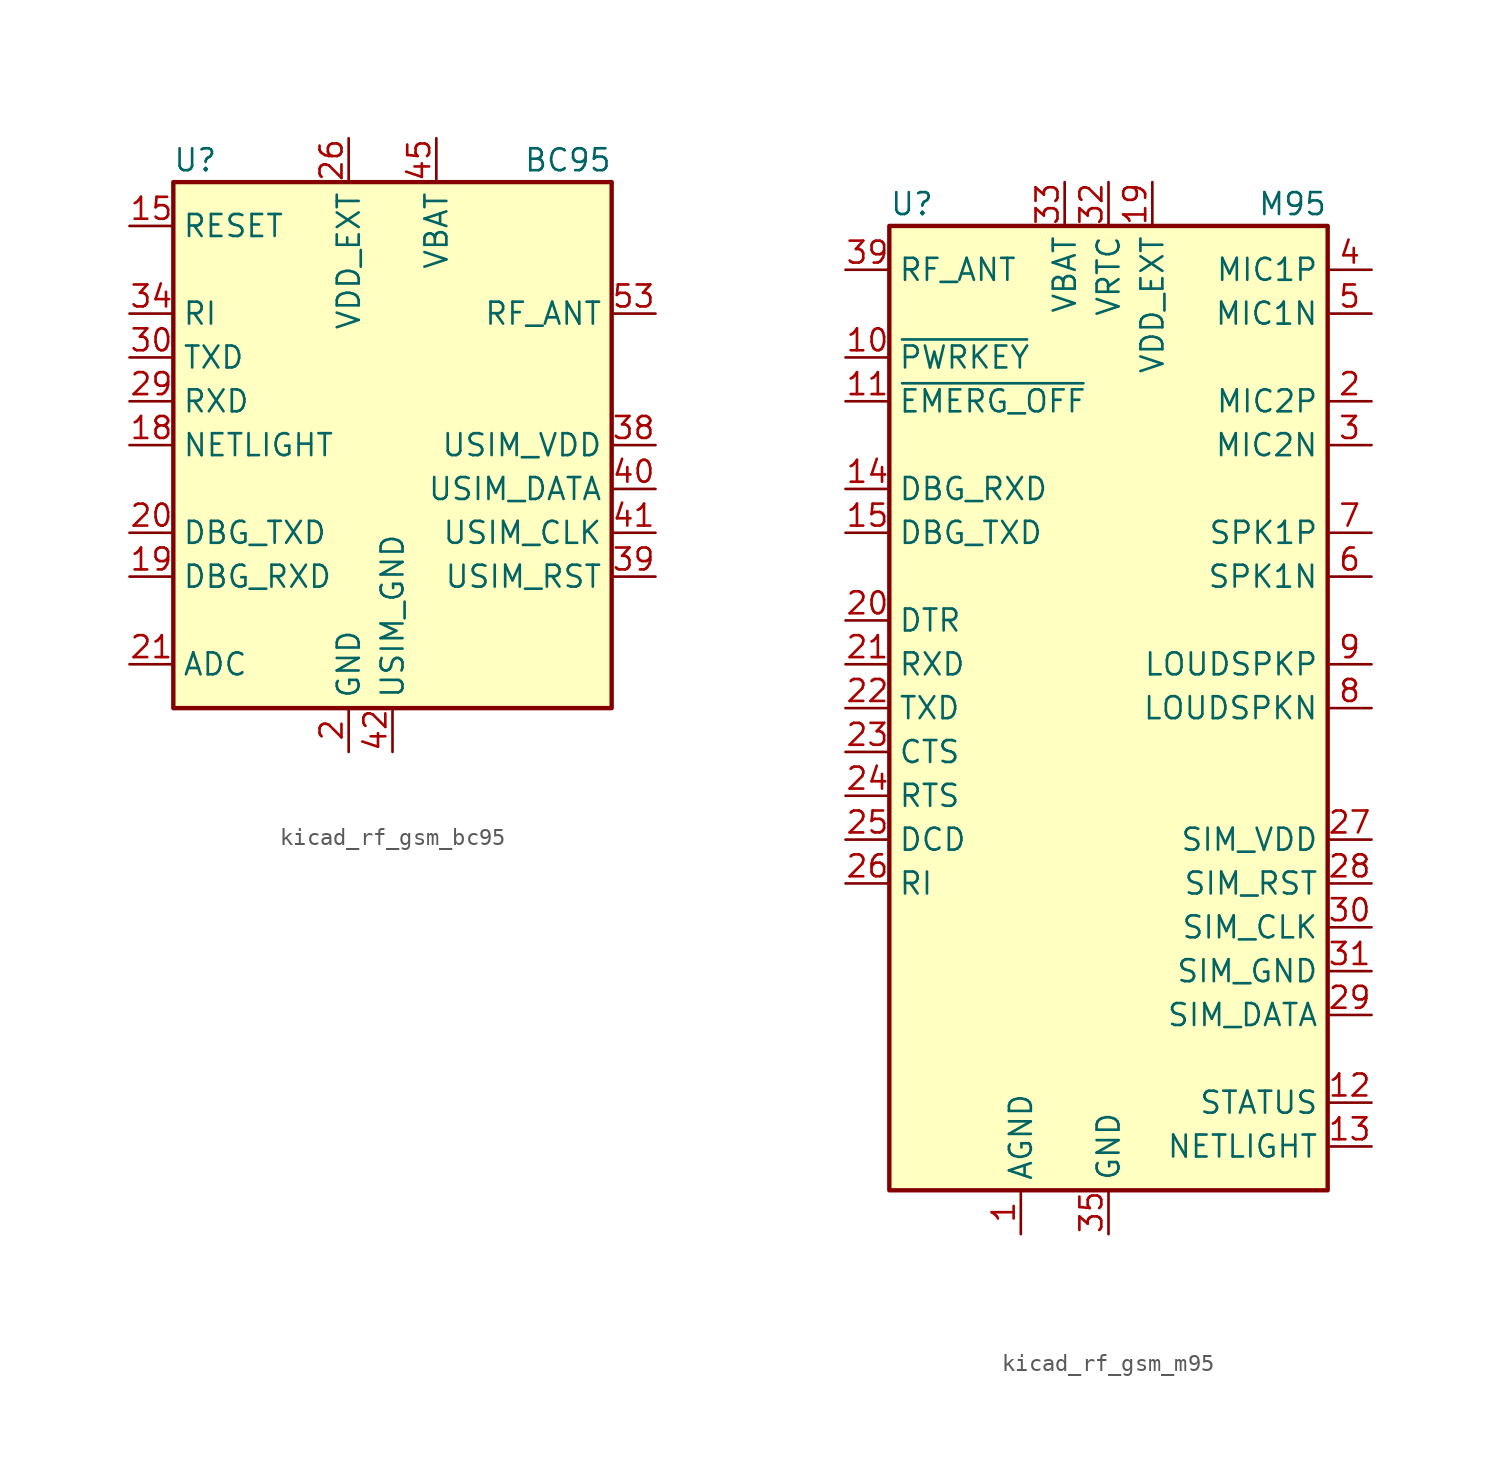
<source format=kicad_sym>
(kicad_symbol_lib
  (version 20220914)
  (generator kicad_symbol_editor)
  (symbol "kicad_rf_gsm_bc95"
    (property "Reference" "U"
      (at -11.43 16.51 0)
      (effects (font (size 1.27 1.27))))
    (property "Value" "BC95"
      (at 10.16 16.51 0)
      (effects (font (size 1.27 1.27))))
    (symbol "kicad_rf_gsm_bc95_0_1"
      (rectangle (start -12.7 15.24) (end 12.7 -15.24) (stroke (width 0.254) (type default)) (fill (type background))))
    (symbol "kicad_rf_gsm_bc95_1_1"
      (pin input line (at -15.24 12.7 0) (length 2.54) (name "RESET" (effects (font (size 1.27 1.27)))) (number "15" (effects (font (size 1.27 1.27)))))
      (pin output line (at -15.24 0 0) (length 2.54) (name "NETLIGHT" (effects (font (size 1.27 1.27)))) (number "18" (effects (font (size 1.27 1.27)))))
      (pin input line (at -15.24 -7.62 0) (length 2.54) (name "DBG_RXD" (effects (font (size 1.27 1.27)))) (number "19" (effects (font (size 1.27 1.27)))))
      (pin power_in line (at -2.54 -17.78 90) (length 2.54) (name "GND" (effects (font (size 1.27 1.27)))) (number "2" (effects (font (size 1.27 1.27)))))
      (pin output line (at -15.24 -5.08 0) (length 2.54) (name "DBG_TXD" (effects (font (size 1.27 1.27)))) (number "20" (effects (font (size 1.27 1.27)))))
      (pin input line (at -15.24 -12.7 0) (length 2.54) (name "ADC" (effects (font (size 1.27 1.27)))) (number "21" (effects (font (size 1.27 1.27)))))
      (pin power_out line (at -2.54 17.78 270) (length 2.54) (name "VDD_EXT" (effects (font (size 1.27 1.27)))) (number "26" (effects (font (size 1.27 1.27)))))
      (pin input line (at -15.24 2.54 0) (length 2.54) (name "RXD" (effects (font (size 1.27 1.27)))) (number "29" (effects (font (size 1.27 1.27)))))
      (pin output line (at -15.24 5.08 0) (length 2.54) (name "TXD" (effects (font (size 1.27 1.27)))) (number "30" (effects (font (size 1.27 1.27)))))
      (pin output line (at -15.24 7.62 0) (length 2.54) (name "RI" (effects (font (size 1.27 1.27)))) (number "34" (effects (font (size 1.27 1.27)))))
      (pin power_out line (at 15.24 0 180) (length 2.54) (name "USIM_VDD" (effects (font (size 1.27 1.27)))) (number "38" (effects (font (size 1.27 1.27)))))
      (pin output line (at 15.24 -7.62 180) (length 2.54) (name "USIM_RST" (effects (font (size 1.27 1.27)))) (number "39" (effects (font (size 1.27 1.27)))))
      (pin bidirectional line (at 15.24 -2.54 180) (length 2.54) (name "USIM_DATA" (effects (font (size 1.27 1.27)))) (number "40" (effects (font (size 1.27 1.27)))))
      (pin output line (at 15.24 -5.08 180) (length 2.54) (name "USIM_CLK" (effects (font (size 1.27 1.27)))) (number "41" (effects (font (size 1.27 1.27)))))
      (pin power_in line (at 0 -17.78 90) (length 2.54) (name "USIM_GND" (effects (font (size 1.27 1.27)))) (number "42" (effects (font (size 1.27 1.27)))))
      (pin passive line (at -2.54 -17.78 90) (length 2.54) hide (name "GND" (effects (font (size 1.27 1.27)))) (number "43" (effects (font (size 1.27 1.27)))))
      (pin power_in line (at 2.54 17.78 270) (length 2.54) (name "VBAT" (effects (font (size 1.27 1.27)))) (number "45" (effects (font (size 1.27 1.27)))))
      (pin passive line (at 2.54 17.78 270) (length 2.54) hide (name "VBAT" (effects (font (size 1.27 1.27)))) (number "46" (effects (font (size 1.27 1.27)))))
      (pin passive line (at -2.54 -17.78 90) (length 2.54) hide (name "GND" (effects (font (size 1.27 1.27)))) (number "47" (effects (font (size 1.27 1.27)))))
      (pin passive line (at -2.54 -17.78 90) (length 2.54) hide (name "GND" (effects (font (size 1.27 1.27)))) (number "48" (effects (font (size 1.27 1.27)))))
      (pin passive line (at -2.54 -17.78 90) (length 2.54) hide (name "GND" (effects (font (size 1.27 1.27)))) (number "51" (effects (font (size 1.27 1.27)))))
      (pin passive line (at -2.54 -17.78 90) (length 2.54) hide (name "GND" (effects (font (size 1.27 1.27)))) (number "52" (effects (font (size 1.27 1.27)))))
      (pin passive line (at 15.24 7.62 180) (length 2.54) (name "RF_ANT" (effects (font (size 1.27 1.27)))) (number "53" (effects (font (size 1.27 1.27)))))
      (pin passive line (at -2.54 -17.78 90) (length 2.54) hide (name "GND" (effects (font (size 1.27 1.27)))) (number "54" (effects (font (size 1.27 1.27)))))
      (pin passive line (at -2.54 -17.78 90) (length 2.54) hide (name "GND" (effects (font (size 1.27 1.27)))) (number "59" (effects (font (size 1.27 1.27)))))
      (pin passive line (at -2.54 -17.78 90) (length 2.54) hide (name "GND" (effects (font (size 1.27 1.27)))) (number "60" (effects (font (size 1.27 1.27)))))
      (pin passive line (at -2.54 -17.78 90) (length 2.54) hide (name "GND" (effects (font (size 1.27 1.27)))) (number "61" (effects (font (size 1.27 1.27)))))
      (pin passive line (at -2.54 -17.78 90) (length 2.54) hide (name "GND" (effects (font (size 1.27 1.27)))) (number "62" (effects (font (size 1.27 1.27)))))
      (pin passive line (at -2.54 -17.78 90) (length 2.54) hide (name "GND" (effects (font (size 1.27 1.27)))) (number "63" (effects (font (size 1.27 1.27)))))
      (pin passive line (at -2.54 -17.78 90) (length 2.54) hide (name "GND" (effects (font (size 1.27 1.27)))) (number "64" (effects (font (size 1.27 1.27)))))
      (pin passive line (at -2.54 -17.78 90) (length 2.54) hide (name "GND" (effects (font (size 1.27 1.27)))) (number "65" (effects (font (size 1.27 1.27)))))
      (pin passive line (at -2.54 -17.78 90) (length 2.54) hide (name "GND" (effects (font (size 1.27 1.27)))) (number "66" (effects (font (size 1.27 1.27)))))
      (pin passive line (at -2.54 -17.78 90) (length 2.54) hide (name "GND" (effects (font (size 1.27 1.27)))) (number "71" (effects (font (size 1.27 1.27)))))
      (pin passive line (at -2.54 -17.78 90) (length 2.54) hide (name "GND" (effects (font (size 1.27 1.27)))) (number "72" (effects (font (size 1.27 1.27)))))
      (pin passive line (at -2.54 -17.78 90) (length 2.54) hide (name "GND" (effects (font (size 1.27 1.27)))) (number "73" (effects (font (size 1.27 1.27)))))
      (pin passive line (at -2.54 -17.78 90) (length 2.54) hide (name "GND" (effects (font (size 1.27 1.27)))) (number "74" (effects (font (size 1.27 1.27)))))
      (pin passive line (at -2.54 -17.78 90) (length 2.54) hide (name "GND" (effects (font (size 1.27 1.27)))) (number "81" (effects (font (size 1.27 1.27)))))
      (pin passive line (at -2.54 -17.78 90) (length 2.54) hide (name "GND" (effects (font (size 1.27 1.27)))) (number "82" (effects (font (size 1.27 1.27)))))
      (pin passive line (at -2.54 -17.78 90) (length 2.54) hide (name "GND" (effects (font (size 1.27 1.27)))) (number "83" (effects (font (size 1.27 1.27)))))
      (pin passive line (at -2.54 -17.78 90) (length 2.54) hide (name "GND" (effects (font (size 1.27 1.27)))) (number "92" (effects (font (size 1.27 1.27)))))
      (pin passive line (at -2.54 -17.78 90) (length 2.54) hide (name "GND" (effects (font (size 1.27 1.27)))) (number "93" (effects (font (size 1.27 1.27)))))
      (pin passive line (at -2.54 -17.78 90) (length 2.54) hide (name "GND" (effects (font (size 1.27 1.27)))) (number "94" (effects (font (size 1.27 1.27)))))))
  (symbol "kicad_rf_gsm_m95"
    (property "Reference" "U"
      (at -12.7 29.21 0)
      (effects (font (size 1.27 1.27)) (justify left)))
    (property "Value" "M95"
      (at 12.7 29.21 0)
      (effects (font (size 1.27 1.27)) (justify right)))
    (symbol "kicad_rf_gsm_m95_0_1"
      (rectangle (start -12.7 27.94) (end 12.7 -27.94) (stroke (width 0.254) (type default)) (fill (type background))))
    (symbol "kicad_rf_gsm_m95_1_1"
      (pin power_in line (at -5.08 -30.48 90) (length 2.54) (name "AGND" (effects (font (size 1.27 1.27)))) (number "1" (effects (font (size 1.27 1.27)))))
      (pin input line (at -15.24 20.32 0) (length 2.54) (name "~{PWRKEY}" (effects (font (size 1.27 1.27)))) (number "10" (effects (font (size 1.27 1.27)))))
      (pin input line (at -15.24 17.78 0) (length 2.54) (name "~{EMERG_OFF}" (effects (font (size 1.27 1.27)))) (number "11" (effects (font (size 1.27 1.27)))))
      (pin output line (at 15.24 -22.86 180) (length 2.54) (name "STATUS" (effects (font (size 1.27 1.27)))) (number "12" (effects (font (size 1.27 1.27)))))
      (pin output line (at 15.24 -25.4 180) (length 2.54) (name "NETLIGHT" (effects (font (size 1.27 1.27)))) (number "13" (effects (font (size 1.27 1.27)))))
      (pin input line (at -15.24 12.7 0) (length 2.54) (name "DBG_RXD" (effects (font (size 1.27 1.27)))) (number "14" (effects (font (size 1.27 1.27)))))
      (pin output line (at -15.24 10.16 0) (length 2.54) (name "DBG_TXD" (effects (font (size 1.27 1.27)))) (number "15" (effects (font (size 1.27 1.27)))))
      (pin no_connect line (at -12.7 -12.7 0) (length 2.54) hide (name "RESERVED" (effects (font (size 1.27 1.27)))) (number "16" (effects (font (size 1.27 1.27)))))
      (pin no_connect line (at -12.7 -15.24 0) (length 2.54) hide (name "RESERVED" (effects (font (size 1.27 1.27)))) (number "17" (effects (font (size 1.27 1.27)))))
      (pin no_connect line (at -12.7 -17.78 0) (length 2.54) hide (name "RESERVED" (effects (font (size 1.27 1.27)))) (number "18" (effects (font (size 1.27 1.27)))))
      (pin power_out line (at 2.54 30.48 270) (length 2.54) (name "VDD_EXT" (effects (font (size 1.27 1.27)))) (number "19" (effects (font (size 1.27 1.27)))))
      (pin input line (at 15.24 17.78 180) (length 2.54) (name "MIC2P" (effects (font (size 1.27 1.27)))) (number "2" (effects (font (size 1.27 1.27)))))
      (pin input line (at -15.24 5.08 0) (length 2.54) (name "DTR" (effects (font (size 1.27 1.27)))) (number "20" (effects (font (size 1.27 1.27)))))
      (pin input line (at -15.24 2.54 0) (length 2.54) (name "RXD" (effects (font (size 1.27 1.27)))) (number "21" (effects (font (size 1.27 1.27)))))
      (pin output line (at -15.24 0 0) (length 2.54) (name "TXD" (effects (font (size 1.27 1.27)))) (number "22" (effects (font (size 1.27 1.27)))))
      (pin output line (at -15.24 -2.54 0) (length 2.54) (name "CTS" (effects (font (size 1.27 1.27)))) (number "23" (effects (font (size 1.27 1.27)))))
      (pin input line (at -15.24 -5.08 0) (length 2.54) (name "RTS" (effects (font (size 1.27 1.27)))) (number "24" (effects (font (size 1.27 1.27)))))
      (pin output line (at -15.24 -7.62 0) (length 2.54) (name "DCD" (effects (font (size 1.27 1.27)))) (number "25" (effects (font (size 1.27 1.27)))))
      (pin output line (at -15.24 -10.16 0) (length 2.54) (name "RI" (effects (font (size 1.27 1.27)))) (number "26" (effects (font (size 1.27 1.27)))))
      (pin power_out line (at 15.24 -7.62 180) (length 2.54) (name "SIM_VDD" (effects (font (size 1.27 1.27)))) (number "27" (effects (font (size 1.27 1.27)))))
      (pin output line (at 15.24 -10.16 180) (length 2.54) (name "SIM_RST" (effects (font (size 1.27 1.27)))) (number "28" (effects (font (size 1.27 1.27)))))
      (pin bidirectional line (at 15.24 -17.78 180) (length 2.54) (name "SIM_DATA" (effects (font (size 1.27 1.27)))) (number "29" (effects (font (size 1.27 1.27)))))
      (pin input line (at 15.24 15.24 180) (length 2.54) (name "MIC2N" (effects (font (size 1.27 1.27)))) (number "3" (effects (font (size 1.27 1.27)))))
      (pin output line (at 15.24 -12.7 180) (length 2.54) (name "SIM_CLK" (effects (font (size 1.27 1.27)))) (number "30" (effects (font (size 1.27 1.27)))))
      (pin power_out line (at 15.24 -15.24 180) (length 2.54) (name "SIM_GND" (effects (font (size 1.27 1.27)))) (number "31" (effects (font (size 1.27 1.27)))))
      (pin power_in line (at 0 30.48 270) (length 2.54) (name "VRTC" (effects (font (size 1.27 1.27)))) (number "32" (effects (font (size 1.27 1.27)))))
      (pin power_in line (at -2.54 30.48 270) (length 2.54) (name "VBAT" (effects (font (size 1.27 1.27)))) (number "33" (effects (font (size 1.27 1.27)))))
      (pin passive line (at -2.54 30.48 270) (length 2.54) hide (name "VBAT" (effects (font (size 1.27 1.27)))) (number "34" (effects (font (size 1.27 1.27)))))
      (pin power_in line (at 0 -30.48 90) (length 2.54) (name "GND" (effects (font (size 1.27 1.27)))) (number "35" (effects (font (size 1.27 1.27)))))
      (pin passive line (at 0 -30.48 90) (length 2.54) hide (name "GND" (effects (font (size 1.27 1.27)))) (number "36" (effects (font (size 1.27 1.27)))))
      (pin passive line (at 0 -30.48 90) (length 2.54) hide (name "GND" (effects (font (size 1.27 1.27)))) (number "37" (effects (font (size 1.27 1.27)))))
      (pin passive line (at 0 -30.48 90) (length 2.54) hide (name "GND" (effects (font (size 1.27 1.27)))) (number "38" (effects (font (size 1.27 1.27)))))
      (pin passive line (at -15.24 25.4 0) (length 2.54) (name "RF_ANT" (effects (font (size 1.27 1.27)))) (number "39" (effects (font (size 1.27 1.27)))))
      (pin input line (at 15.24 25.4 180) (length 2.54) (name "MIC1P" (effects (font (size 1.27 1.27)))) (number "4" (effects (font (size 1.27 1.27)))))
      (pin passive line (at 0 -30.48 90) (length 2.54) hide (name "GND" (effects (font (size 1.27 1.27)))) (number "40" (effects (font (size 1.27 1.27)))))
      (pin no_connect line (at -12.7 -20.32 0) (length 2.54) hide (name "RESERVED" (effects (font (size 1.27 1.27)))) (number "41" (effects (font (size 1.27 1.27)))))
      (pin no_connect line (at -12.7 -22.86 0) (length 2.54) hide (name "RESERVED" (effects (font (size 1.27 1.27)))) (number "42" (effects (font (size 1.27 1.27)))))
      (pin input line (at 15.24 22.86 180) (length 2.54) (name "MIC1N" (effects (font (size 1.27 1.27)))) (number "5" (effects (font (size 1.27 1.27)))))
      (pin output line (at 15.24 7.62 180) (length 2.54) (name "SPK1N" (effects (font (size 1.27 1.27)))) (number "6" (effects (font (size 1.27 1.27)))))
      (pin output line (at 15.24 10.16 180) (length 2.54) (name "SPK1P" (effects (font (size 1.27 1.27)))) (number "7" (effects (font (size 1.27 1.27)))))
      (pin output line (at 15.24 0 180) (length 2.54) (name "LOUDSPKN" (effects (font (size 1.27 1.27)))) (number "8" (effects (font (size 1.27 1.27)))))
      (pin output line (at 15.24 2.54 180) (length 2.54) (name "LOUDSPKP" (effects (font (size 1.27 1.27)))) (number "9" (effects (font (size 1.27 1.27))))))))
</source>
